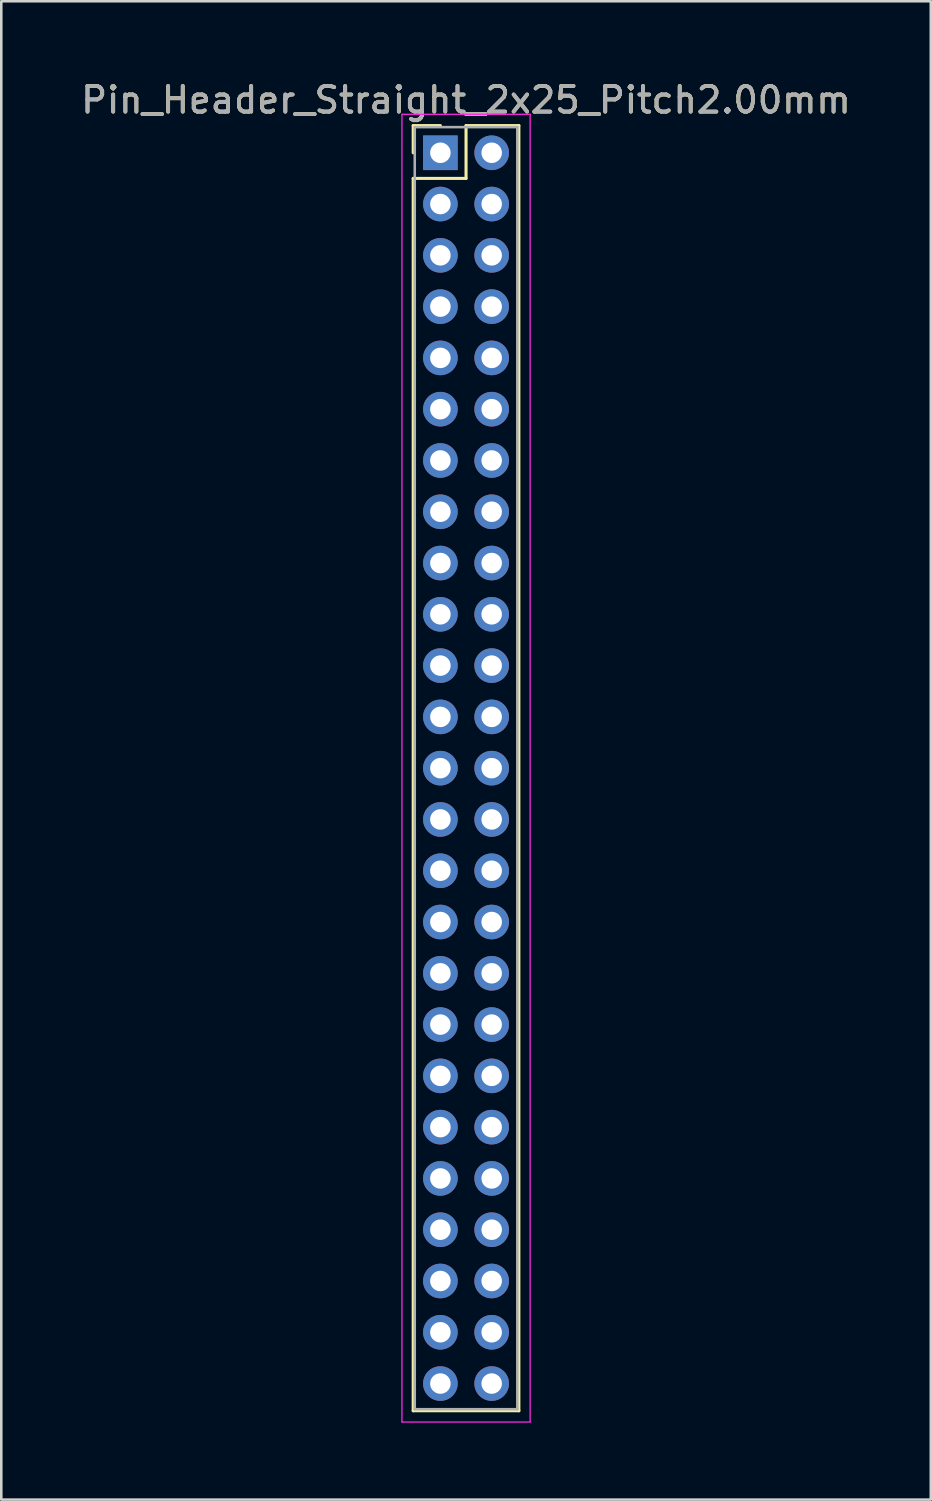
<source format=kicad_pcb>
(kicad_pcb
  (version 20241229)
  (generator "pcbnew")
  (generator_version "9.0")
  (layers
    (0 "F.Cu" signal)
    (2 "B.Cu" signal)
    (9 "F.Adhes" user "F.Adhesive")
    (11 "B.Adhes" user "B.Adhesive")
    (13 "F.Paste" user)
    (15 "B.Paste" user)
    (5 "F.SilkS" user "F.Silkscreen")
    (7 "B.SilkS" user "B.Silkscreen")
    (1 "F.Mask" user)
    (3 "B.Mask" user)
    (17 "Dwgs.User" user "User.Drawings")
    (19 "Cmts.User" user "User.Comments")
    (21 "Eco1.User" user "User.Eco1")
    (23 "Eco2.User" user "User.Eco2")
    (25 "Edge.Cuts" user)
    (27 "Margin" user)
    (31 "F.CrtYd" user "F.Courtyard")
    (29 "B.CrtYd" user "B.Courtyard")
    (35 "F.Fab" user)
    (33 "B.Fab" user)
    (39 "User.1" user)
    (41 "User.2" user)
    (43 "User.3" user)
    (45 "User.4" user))
  (footprint "Pin_Header_Straight_2x25_Pitch2.00mm"
    (layer "F.Cu")
    (at 14.125 2.908)
    (property "Reference" "Pin_Header_Straight_2x25_Pitch2.00mm" (at 1 -2.06 0) (layer "F.SilkS") (effects (font (size 1 1) (thickness 0.15))))
    (attr through_hole)
    (fp_line (start -1.06 -1.06) (end 0 -1.06) (stroke (width 0.12) (type solid)) (layer "F.SilkS"))
    (fp_line (start -1.06 0) (end -1.06 -1.06) (stroke (width 0.12) (type solid)) (layer "F.SilkS"))
    (fp_line (start -1.06 1) (end -1.06 49.06) (stroke (width 0.12) (type solid)) (layer "F.SilkS"))
    (fp_line (start -1.06 49.06) (end 3.06 49.06) (stroke (width 0.12) (type solid)) (layer "F.SilkS"))
    (fp_line (start 1 -1.06) (end 1 1) (stroke (width 0.12) (type solid)) (layer "F.SilkS"))
    (fp_line (start 1 1) (end -1.06 1) (stroke (width 0.12) (type solid)) (layer "F.SilkS"))
    (fp_line (start 3.06 -1.06) (end 1 -1.06) (stroke (width 0.12) (type solid)) (layer "F.SilkS"))
    (fp_line (start 3.06 49.06) (end 3.06 -1.06) (stroke (width 0.12) (type solid)) (layer "F.SilkS"))
    (fp_line (start -1.5 -1.5) (end -1.5 49.5) (stroke (width 0.05) (type solid)) (layer "F.CrtYd"))
    (fp_line (start -1.5 49.5) (end 3.5 49.5) (stroke (width 0.05) (type solid)) (layer "F.CrtYd"))
    (fp_line (start 3.5 -1.5) (end -1.5 -1.5) (stroke (width 0.05) (type solid)) (layer "F.CrtYd"))
    (fp_line (start 3.5 49.5) (end 3.5 -1.5) (stroke (width 0.05) (type solid)) (layer "F.CrtYd"))
    (fp_line (start -1 -1) (end -1 49) (stroke (width 0.1) (type solid)) (layer "F.Fab"))
    (fp_line (start -1 49) (end 3 49) (stroke (width 0.1) (type solid)) (layer "F.Fab"))
    (fp_line (start 3 -1) (end -1 -1) (stroke (width 0.1) (type solid)) (layer "F.Fab"))
    (fp_line (start 3 49) (end 3 -1) (stroke (width 0.1) (type solid)) (layer "F.Fab"))
    (fp_text user "${REFERENCE}" (at 1 -2.06 0) (layer "F.Fab") (effects (font (size 1 1) (thickness 0.15))))
    (pad "1" thru_hole rect (at 0 0) (size 1.35 1.35) (drill 0.8) (layers "*.Cu" "*.Mask"))
    (pad "2" thru_hole oval (at 2 0) (size 1.35 1.35) (drill 0.8) (layers "*.Cu" "*.Mask"))
    (pad "3" thru_hole oval (at 0 2) (size 1.35 1.35) (drill 0.8) (layers "*.Cu" "*.Mask"))
    (pad "4" thru_hole oval (at 2 2) (size 1.35 1.35) (drill 0.8) (layers "*.Cu" "*.Mask"))
    (pad "5" thru_hole oval (at 0 4) (size 1.35 1.35) (drill 0.8) (layers "*.Cu" "*.Mask"))
    (pad "6" thru_hole oval (at 2 4) (size 1.35 1.35) (drill 0.8) (layers "*.Cu" "*.Mask"))
    (pad "7" thru_hole oval (at 0 6) (size 1.35 1.35) (drill 0.8) (layers "*.Cu" "*.Mask"))
    (pad "8" thru_hole oval (at 2 6) (size 1.35 1.35) (drill 0.8) (layers "*.Cu" "*.Mask"))
    (pad "9" thru_hole oval (at 0 8) (size 1.35 1.35) (drill 0.8) (layers "*.Cu" "*.Mask"))
    (pad "10" thru_hole oval (at 2 8) (size 1.35 1.35) (drill 0.8) (layers "*.Cu" "*.Mask"))
    (pad "11" thru_hole oval (at 0 10) (size 1.35 1.35) (drill 0.8) (layers "*.Cu" "*.Mask"))
    (pad "12" thru_hole oval (at 2 10) (size 1.35 1.35) (drill 0.8) (layers "*.Cu" "*.Mask"))
    (pad "13" thru_hole oval (at 0 12) (size 1.35 1.35) (drill 0.8) (layers "*.Cu" "*.Mask"))
    (pad "14" thru_hole oval (at 2 12) (size 1.35 1.35) (drill 0.8) (layers "*.Cu" "*.Mask"))
    (pad "15" thru_hole oval (at 0 14) (size 1.35 1.35) (drill 0.8) (layers "*.Cu" "*.Mask"))
    (pad "16" thru_hole oval (at 2 14) (size 1.35 1.35) (drill 0.8) (layers "*.Cu" "*.Mask"))
    (pad "17" thru_hole oval (at 0 16) (size 1.35 1.35) (drill 0.8) (layers "*.Cu" "*.Mask"))
    (pad "18" thru_hole oval (at 2 16) (size 1.35 1.35) (drill 0.8) (layers "*.Cu" "*.Mask"))
    (pad "19" thru_hole oval (at 0 18) (size 1.35 1.35) (drill 0.8) (layers "*.Cu" "*.Mask"))
    (pad "20" thru_hole oval (at 2 18) (size 1.35 1.35) (drill 0.8) (layers "*.Cu" "*.Mask"))
    (pad "21" thru_hole oval (at 0 20) (size 1.35 1.35) (drill 0.8) (layers "*.Cu" "*.Mask"))
    (pad "22" thru_hole oval (at 2 20) (size 1.35 1.35) (drill 0.8) (layers "*.Cu" "*.Mask"))
    (pad "23" thru_hole oval (at 0 22) (size 1.35 1.35) (drill 0.8) (layers "*.Cu" "*.Mask"))
    (pad "24" thru_hole oval (at 2 22) (size 1.35 1.35) (drill 0.8) (layers "*.Cu" "*.Mask"))
    (pad "25" thru_hole oval (at 0 24) (size 1.35 1.35) (drill 0.8) (layers "*.Cu" "*.Mask"))
    (pad "26" thru_hole oval (at 2 24) (size 1.35 1.35) (drill 0.8) (layers "*.Cu" "*.Mask"))
    (pad "27" thru_hole oval (at 0 26) (size 1.35 1.35) (drill 0.8) (layers "*.Cu" "*.Mask"))
    (pad "28" thru_hole oval (at 2 26) (size 1.35 1.35) (drill 0.8) (layers "*.Cu" "*.Mask"))
    (pad "29" thru_hole oval (at 0 28) (size 1.35 1.35) (drill 0.8) (layers "*.Cu" "*.Mask"))
    (pad "30" thru_hole oval (at 2 28) (size 1.35 1.35) (drill 0.8) (layers "*.Cu" "*.Mask"))
    (pad "31" thru_hole oval (at 0 30) (size 1.35 1.35) (drill 0.8) (layers "*.Cu" "*.Mask"))
    (pad "32" thru_hole oval (at 2 30) (size 1.35 1.35) (drill 0.8) (layers "*.Cu" "*.Mask"))
    (pad "33" thru_hole oval (at 0 32) (size 1.35 1.35) (drill 0.8) (layers "*.Cu" "*.Mask"))
    (pad "34" thru_hole oval (at 2 32) (size 1.35 1.35) (drill 0.8) (layers "*.Cu" "*.Mask"))
    (pad "35" thru_hole oval (at 0 34) (size 1.35 1.35) (drill 0.8) (layers "*.Cu" "*.Mask"))
    (pad "36" thru_hole oval (at 2 34) (size 1.35 1.35) (drill 0.8) (layers "*.Cu" "*.Mask"))
    (pad "37" thru_hole oval (at 0 36) (size 1.35 1.35) (drill 0.8) (layers "*.Cu" "*.Mask"))
    (pad "38" thru_hole oval (at 2 36) (size 1.35 1.35) (drill 0.8) (layers "*.Cu" "*.Mask"))
    (pad "39" thru_hole oval (at 0 38) (size 1.35 1.35) (drill 0.8) (layers "*.Cu" "*.Mask"))
    (pad "40" thru_hole oval (at 2 38) (size 1.35 1.35) (drill 0.8) (layers "*.Cu" "*.Mask"))
    (pad "41" thru_hole oval (at 0 40) (size 1.35 1.35) (drill 0.8) (layers "*.Cu" "*.Mask"))
    (pad "42" thru_hole oval (at 2 40) (size 1.35 1.35) (drill 0.8) (layers "*.Cu" "*.Mask"))
    (pad "43" thru_hole oval (at 0 42) (size 1.35 1.35) (drill 0.8) (layers "*.Cu" "*.Mask"))
    (pad "44" thru_hole oval (at 2 42) (size 1.35 1.35) (drill 0.8) (layers "*.Cu" "*.Mask"))
    (pad "45" thru_hole oval (at 0 44) (size 1.35 1.35) (drill 0.8) (layers "*.Cu" "*.Mask"))
    (pad "46" thru_hole oval (at 2 44) (size 1.35 1.35) (drill 0.8) (layers "*.Cu" "*.Mask"))
    (pad "47" thru_hole oval (at 0 46) (size 1.35 1.35) (drill 0.8) (layers "*.Cu" "*.Mask"))
    (pad "48" thru_hole oval (at 2 46) (size 1.35 1.35) (drill 0.8) (layers "*.Cu" "*.Mask"))
    (pad "49" thru_hole oval (at 0 48) (size 1.35 1.35) (drill 0.8) (layers "*.Cu" "*.Mask"))
    (pad "50" thru_hole oval (at 2 48) (size 1.35 1.35) (drill 0.8) (layers "*.Cu" "*.Mask")))
  (gr_rect
    (start -3 -3)
    (end 33.25 55.433)
    (stroke (width 0.1) (type default))
    (fill no)
    (layer "Edge.Cuts")))
</source>
